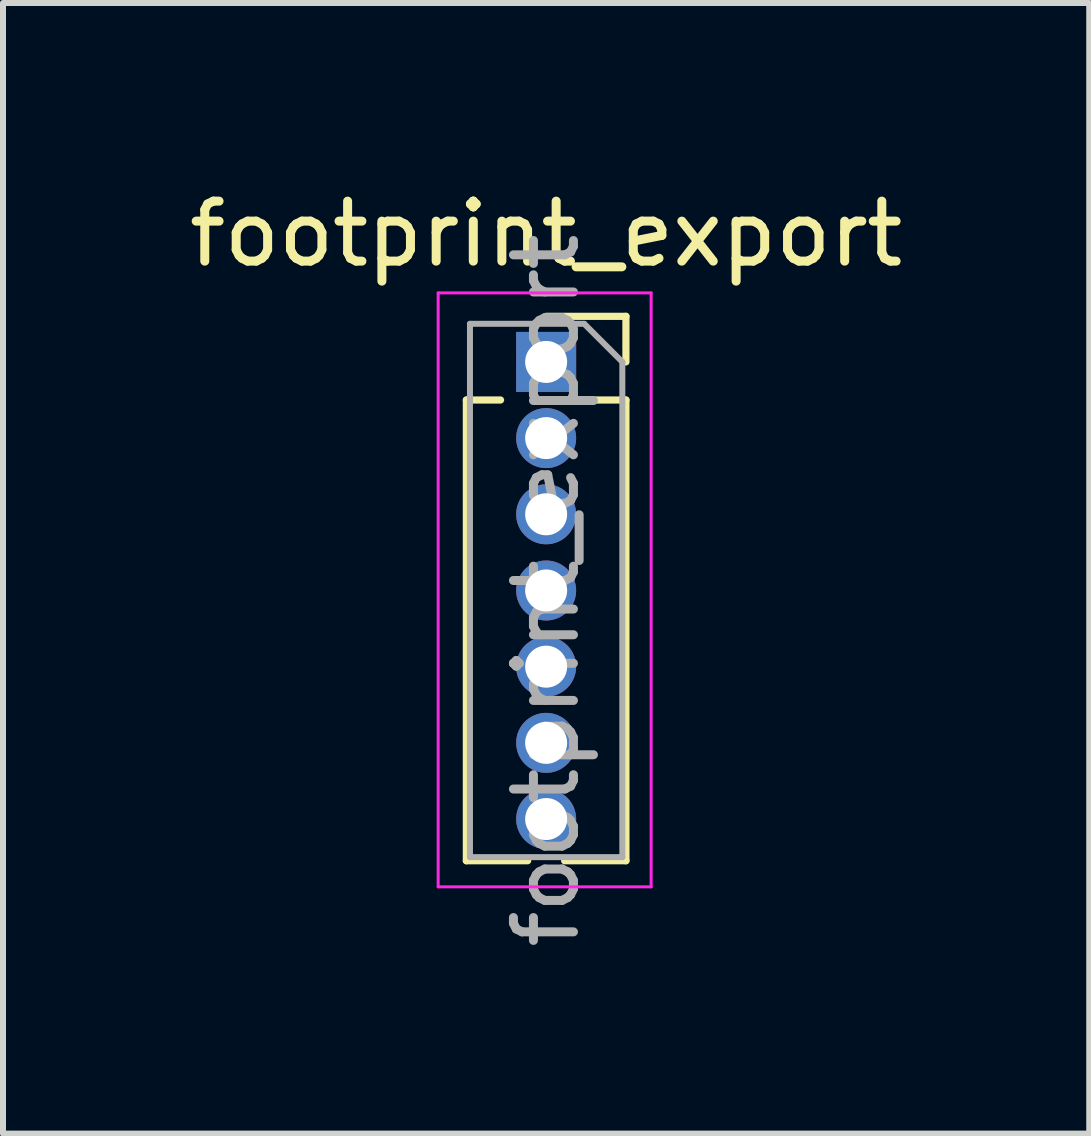
<source format=kicad_pcb>
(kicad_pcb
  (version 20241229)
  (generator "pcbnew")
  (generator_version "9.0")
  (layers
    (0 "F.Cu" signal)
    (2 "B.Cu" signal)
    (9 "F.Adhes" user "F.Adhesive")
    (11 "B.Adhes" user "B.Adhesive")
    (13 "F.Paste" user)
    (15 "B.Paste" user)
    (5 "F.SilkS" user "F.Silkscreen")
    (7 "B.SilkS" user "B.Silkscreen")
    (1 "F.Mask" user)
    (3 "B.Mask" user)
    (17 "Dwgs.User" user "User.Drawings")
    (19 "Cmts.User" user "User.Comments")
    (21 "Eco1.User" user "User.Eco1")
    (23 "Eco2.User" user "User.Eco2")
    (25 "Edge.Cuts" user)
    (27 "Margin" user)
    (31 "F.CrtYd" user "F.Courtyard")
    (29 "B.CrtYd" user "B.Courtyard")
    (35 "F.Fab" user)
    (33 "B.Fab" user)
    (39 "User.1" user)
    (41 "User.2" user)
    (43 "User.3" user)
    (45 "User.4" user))
  (footprint "footprint_export"
    (layer "F.Cu")
    (at 6.054 2.983)
    (property "Reference" "footprint_export" (at 0 -2.135 0) (layer "F.SilkS") (effects (font (size 1 1) (thickness 0.15))))
    (attr through_hole)
    (fp_line (start -1.33 0.635) (end -1.33 8.315) (stroke (width 0.12) (type solid)) (layer "F.SilkS"))
    (fp_line (start -1.33 0.635) (end -0.76 0.635) (stroke (width 0.12) (type solid)) (layer "F.SilkS"))
    (fp_line (start -1.33 8.315) (end -0.308 8.315) (stroke (width 0.12) (type solid)) (layer "F.SilkS"))
    (fp_line (start 0 -0.76) (end 1.33 -0.76) (stroke (width 0.12) (type solid)) (layer "F.SilkS"))
    (fp_line (start 0.308 8.315) (end 1.33 8.315) (stroke (width 0.12) (type solid)) (layer "F.SilkS"))
    (fp_line (start 0.76 0.635) (end 1.33 0.635) (stroke (width 0.12) (type solid)) (layer "F.SilkS"))
    (fp_line (start 1.33 -0.76) (end 1.33 0) (stroke (width 0.12) (type solid)) (layer "F.SilkS"))
    (fp_line (start 1.33 0.635) (end 1.33 8.315) (stroke (width 0.12) (type solid)) (layer "F.SilkS"))
    (fp_line (start -1.8 -1.15) (end 1.75 -1.15) (stroke (width 0.05) (type solid)) (layer "F.CrtYd"))
    (fp_line (start -1.8 8.75) (end -1.8 -1.15) (stroke (width 0.05) (type solid)) (layer "F.CrtYd"))
    (fp_line (start 1.75 -1.15) (end 1.75 8.75) (stroke (width 0.05) (type solid)) (layer "F.CrtYd"))
    (fp_line (start 1.75 8.75) (end -1.8 8.75) (stroke (width 0.05) (type solid)) (layer "F.CrtYd"))
    (fp_line (start -1.27 -0.635) (end 0.635 -0.635) (stroke (width 0.1) (type solid)) (layer "F.Fab"))
    (fp_line (start -1.27 8.255) (end -1.27 -0.635) (stroke (width 0.1) (type solid)) (layer "F.Fab"))
    (fp_line (start 0.635 -0.635) (end 1.27 0) (stroke (width 0.1) (type solid)) (layer "F.Fab"))
    (fp_line (start 1.27 0) (end 1.27 8.255) (stroke (width 0.1) (type solid)) (layer "F.Fab"))
    (fp_line (start 1.27 8.255) (end -1.27 8.255) (stroke (width 0.1) (type solid)) (layer "F.Fab"))
    (fp_text user "${REFERENCE}" (at 0 3.81 90) (layer "F.Fab") (effects (font (size 1 1) (thickness 0.15))))
    (pad "1" thru_hole rect (at 0 0) (size 1 1) (drill 0.7) (layers "*.Cu" "*.Mask"))
    (pad "2" thru_hole oval (at 0 1.27) (size 1 1) (drill 0.7) (layers "*.Cu" "*.Mask"))
    (pad "3" thru_hole oval (at 0 2.54) (size 1 1) (drill 0.7) (layers "*.Cu" "*.Mask"))
    (pad "4" thru_hole oval (at 0 3.81) (size 1 1) (drill 0.7) (layers "*.Cu" "*.Mask"))
    (pad "5" thru_hole oval (at 0 5.08) (size 1 1) (drill 0.7) (layers "*.Cu" "*.Mask"))
    (pad "6" thru_hole oval (at 0 6.35) (size 1 1) (drill 0.7) (layers "*.Cu" "*.Mask"))
    (pad "7" thru_hole oval (at 0 7.62) (size 1 1) (drill 0.7) (layers "*.Cu" "*.Mask")))
  (gr_rect
    (start -3 -3)
    (end 15.107 15.847)
    (stroke (width 0.1) (type default))
    (fill no)
    (layer "Edge.Cuts")))
</source>
